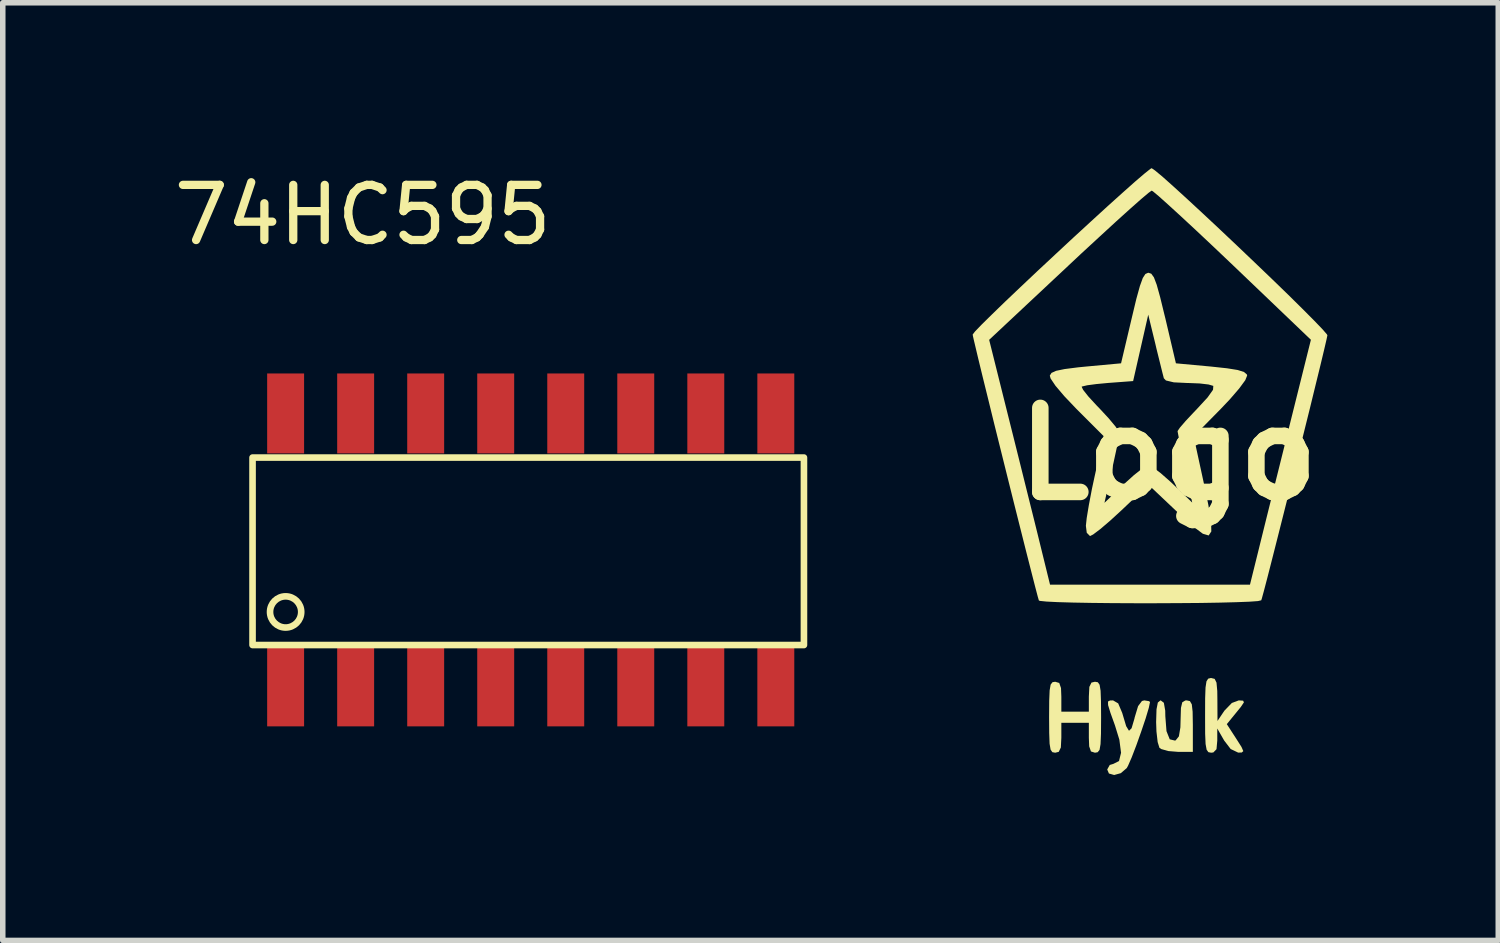
<source format=kicad_pcb>
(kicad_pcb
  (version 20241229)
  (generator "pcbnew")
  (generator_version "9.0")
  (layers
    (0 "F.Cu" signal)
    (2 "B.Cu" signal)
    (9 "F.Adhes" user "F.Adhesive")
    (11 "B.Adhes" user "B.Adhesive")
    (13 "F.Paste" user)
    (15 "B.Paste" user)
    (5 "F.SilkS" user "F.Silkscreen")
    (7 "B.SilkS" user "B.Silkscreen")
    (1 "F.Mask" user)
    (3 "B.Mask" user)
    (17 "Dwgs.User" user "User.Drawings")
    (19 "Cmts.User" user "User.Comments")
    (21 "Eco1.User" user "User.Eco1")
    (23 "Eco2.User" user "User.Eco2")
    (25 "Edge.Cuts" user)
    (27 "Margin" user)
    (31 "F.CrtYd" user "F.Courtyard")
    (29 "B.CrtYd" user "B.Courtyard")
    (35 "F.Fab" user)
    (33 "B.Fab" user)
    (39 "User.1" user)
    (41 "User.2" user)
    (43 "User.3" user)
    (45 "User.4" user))
  (footprint "74HC595"
    (layer "F.Cu")
    (at 2.13 4.448)
    (property "Reference" "74HC595" (at 1.4 -3.6 0) (unlocked yes) (layer "F.SilkS") (effects (font (size 1 1) (thickness 0.15))))
    (attr through_hole)
    (fp_rect (start -0.6 0.8) (end 9.4 4.2) (stroke (width 0.12) (type solid)) (fill no) (layer "F.SilkS"))
    (fp_circle (center 0 3.6) (end -0.2 3.8) (stroke (width 0.12) (type solid)) (fill no) (layer "F.SilkS"))
    (pad "1" smd rect (at 0 4.95) (size 0.67 1.45) (layers "F.Cu" "F.Mask" "F.Paste"))
    (pad "2" smd rect (at 1.27 4.95) (size 0.67 1.45) (layers "F.Cu" "F.Mask" "F.Paste"))
    (pad "3" smd rect (at 2.54 4.95) (size 0.67 1.45) (layers "F.Cu" "F.Mask" "F.Paste"))
    (pad "4" smd rect (at 3.81 4.95) (size 0.67 1.45) (layers "F.Cu" "F.Mask" "F.Paste"))
    (pad "5" smd rect (at 5.08 4.95) (size 0.67 1.45) (layers "F.Cu" "F.Mask" "F.Paste"))
    (pad "6" smd rect (at 6.35 4.95) (size 0.67 1.45) (layers "F.Cu" "F.Mask" "F.Paste"))
    (pad "7" smd rect (at 7.62 4.95) (size 0.67 1.45) (layers "F.Cu" "F.Mask" "F.Paste"))
    (pad "8" smd rect (at 8.89 4.95) (size 0.67 1.45) (layers "F.Cu" "F.Mask" "F.Paste"))
    (pad "9" smd rect (at 8.89 0) (size 0.67 1.45) (layers "F.Cu" "F.Mask" "F.Paste"))
    (pad "10" smd rect (at 7.62 0) (size 0.67 1.45) (layers "F.Cu" "F.Mask" "F.Paste"))
    (pad "11" smd rect (at 6.35 0) (size 0.67 1.45) (layers "F.Cu" "F.Mask" "F.Paste"))
    (pad "12" smd rect (at 5.08 0) (size 0.67 1.45) (layers "F.Cu" "F.Mask" "F.Paste"))
    (pad "13" smd rect (at 3.81 0) (size 0.67 1.45) (layers "F.Cu" "F.Mask" "F.Paste"))
    (pad "14" smd rect (at 2.54 0) (size 0.67 1.45) (layers "F.Cu" "F.Mask" "F.Paste"))
    (pad "15" smd rect (at 1.27 0) (size 0.67 1.45) (layers "F.Cu" "F.Mask" "F.Paste"))
    (pad "16" smd rect (at 0 0) (size 0.67 1.45) (layers "F.Cu" "F.Mask" "F.Paste")))
  (footprint "Logo"
    (layer "F.Cu")
    (at 18.139 5.182)
    (property "Reference" "Logo" (at 0 0 0) (layer "F.SilkS") (effects (font (size 1.524 1.524) (thickness 0.3))))
    (attr board_only exclude_from_pos_files exclude_from_bom)
    (fp_poly (pts (xy 0.391 4.483) (xy 0.425 4.542) (xy 0.44 4.675) (xy 0.444 4.912) (xy 0.444 4.937) (xy 0.444 5.403) (xy 0.171 5.403) (xy -0.000443 5.389) (xy -0.128 5.353) (xy -0.162 5.33) (xy -0.194 5.226) (xy -0.216 5.034) (xy -0.222 4.863) (xy -0.215 4.632) (xy -0.191 4.509) (xy -0.145 4.471) (xy -0.139 4.47) (xy -0.082 4.513) (xy -0.057 4.656) (xy -0.055 4.758) (xy -0.034 5.028) (xy 0.025 5.176) (xy 0.12 5.199) (xy 0.133 5.194) (xy 0.191 5.122) (xy 0.218 4.959) (xy 0.222 4.811) (xy 0.228 4.607) (xy 0.252 4.505) (xy 0.306 4.472) (xy 0.333 4.47)) (stroke (width 0) (type solid)) (fill yes) (layer "F.SilkS"))
    (fp_poly (pts (xy -0.35 4.484) (xy -0.333 4.5) (xy -0.355 4.606) (xy -0.412 4.797) (xy -0.492 5.034) (xy -0.58 5.282) (xy -0.664 5.501) (xy -0.731 5.655) (xy -0.755 5.698) (xy -0.863 5.79) (xy -0.983 5.823) (xy -1.078 5.796) (xy -1.109 5.723) (xy -1.063 5.641) (xy -0.999 5.622) (xy -0.895 5.57) (xy -0.858 5.42) (xy -0.889 5.182) (xy -0.968 4.925) (xy -1.052 4.691) (xy -1.093 4.556) (xy -1.095 4.491) (xy -1.059 4.472) (xy -1.003 4.47) (xy -0.91 4.524) (xy -0.837 4.697) (xy -0.829 4.724) (xy -0.765 4.938) (xy -0.714 5.021) (xy -0.667 4.975) (xy -0.616 4.803) (xy -0.611 4.779) (xy -0.549 4.574) (xy -0.479 4.481) (xy -0.436 4.47)) (stroke (width 0) (type solid)) (fill yes) (layer "F.SilkS"))
    (fp_poly (pts (xy 0.84 4.08) (xy 0.873 4.148) (xy 0.887 4.3) (xy 0.889 4.453) (xy 0.891 4.843) (xy 1.016 4.657) (xy 1.151 4.517) (xy 1.277 4.47) (xy 1.356 4.475) (xy 1.37 4.506) (xy 1.314 4.589) (xy 1.236 4.685) (xy 1.06 4.901) (xy 1.228 5.16) (xy 1.326 5.314) (xy 1.359 5.39) (xy 1.331 5.415) (xy 1.266 5.417) (xy 1.13 5.352) (xy 1.012 5.198) (xy 0.887 4.98) (xy 0.887 5.199) (xy 0.873 5.355) (xy 0.816 5.414) (xy 0.776 5.419) (xy 0.726 5.409) (xy 0.694 5.365) (xy 0.675 5.261) (xy 0.667 5.074) (xy 0.666 4.778) (xy 0.666 4.741) (xy 0.667 4.433) (xy 0.674 4.236) (xy 0.691 4.125) (xy 0.722 4.076) (xy 0.77 4.064) (xy 0.776 4.064)) (stroke (width 0) (type solid)) (fill yes) (layer "F.SilkS"))
    (fp_poly (pts (xy -1.279 4.141) (xy -1.247 4.187) (xy -1.229 4.295) (xy -1.222 4.488) (xy -1.22 4.775) (xy -1.222 5.074) (xy -1.23 5.263) (xy -1.248 5.367) (xy -1.282 5.41) (xy -1.331 5.419) (xy -1.404 5.396) (xy -1.436 5.304) (xy -1.442 5.148) (xy -1.442 4.877) (xy -1.941 4.877) (xy -1.941 5.148) (xy -1.95 5.325) (xy -1.988 5.403) (xy -2.052 5.419) (xy -2.104 5.409) (xy -2.136 5.363) (xy -2.154 5.256) (xy -2.161 5.062) (xy -2.163 4.775) (xy -2.161 4.476) (xy -2.153 4.287) (xy -2.135 4.184) (xy -2.101 4.14) (xy -2.052 4.132) (xy -1.979 4.154) (xy -1.947 4.246) (xy -1.941 4.403) (xy -1.941 4.674) (xy -1.442 4.674) (xy -1.442 4.403) (xy -1.433 4.225) (xy -1.395 4.147) (xy -1.331 4.132)) (stroke (width 0) (type solid)) (fill yes) (layer "F.SilkS"))
    (fp_poly (pts (xy -0.243 -5.141) (xy -0.108 -5.029) (xy 0.088 -4.854) (xy 0.334 -4.63) (xy 0.617 -4.368) (xy 0.926 -4.079) (xy 1.249 -3.774) (xy 1.573 -3.465) (xy 1.887 -3.164) (xy 2.178 -2.882) (xy 2.434 -2.629) (xy 2.643 -2.419) (xy 2.794 -2.262) (xy 2.874 -2.17) (xy 2.884 -2.152) (xy 2.868 -2.074) (xy 2.824 -1.885) (xy 2.756 -1.601) (xy 2.668 -1.242) (xy 2.566 -0.824) (xy 2.452 -0.366) (xy 2.333 0.115) (xy 2.212 0.601) (xy 2.093 1.074) (xy 1.981 1.517) (xy 1.881 1.911) (xy 1.797 2.239) (xy 1.733 2.484) (xy 1.694 2.626) (xy 1.684 2.655) (xy 1.624 2.669) (xy 1.469 2.68) (xy 1.233 2.689) (xy 0.931 2.697) (xy 0.58 2.703) (xy 0.193 2.706) (xy -0.213 2.708) (xy -0.623 2.708) (xy -1.023 2.706) (xy -1.396 2.702) (xy -1.728 2.696) (xy -2.004 2.688) (xy -2.208 2.678) (xy -2.326 2.666) (xy -2.348 2.659) (xy -2.37 2.583) (xy -2.419 2.396) (xy -2.491 2.115) (xy -2.582 1.758) (xy -2.687 1.341) (xy -2.802 0.884) (xy -2.922 0.403) (xy -3.043 -0.083) (xy -3.161 -0.557) (xy -3.27 -1.002) (xy -3.368 -1.399) (xy -3.449 -1.732) (xy -3.508 -1.981) (xy -3.529 -2.069) (xy -3.25 -2.069) (xy -2.928 -0.78) (xy -2.808 -0.301) (xy -2.68 0.212) (xy -2.555 0.715) (xy -2.443 1.164) (xy -2.375 1.439) (xy -2.146 2.371) (xy 1.48 2.371) (xy 1.627 1.778) (xy 1.685 1.543) (xy 1.769 1.204) (xy 1.872 0.79) (xy 1.988 0.327) (xy 2.109 -0.159) (xy 2.179 -0.442) (xy 2.585 -2.07) (xy 1.17 -3.423) (xy 0.826 -3.75) (xy 0.508 -4.049) (xy 0.228 -4.309) (xy -0.004 -4.521) (xy -0.176 -4.675) (xy -0.279 -4.761) (xy -0.303 -4.775) (xy -0.359 -4.735) (xy -0.493 -4.622) (xy -0.692 -4.446) (xy -0.947 -4.216) (xy -1.246 -3.941) (xy -1.58 -3.633) (xy -1.805 -3.422) (xy -3.25 -2.069) (xy -3.529 -2.069) (xy -3.543 -2.131) (xy -3.549 -2.165) (xy -3.507 -2.22) (xy -3.387 -2.345) (xy -3.202 -2.527) (xy -2.965 -2.757) (xy -2.686 -3.022) (xy -2.379 -3.312) (xy -2.054 -3.615) (xy -1.726 -3.92) (xy -1.404 -4.216) (xy -1.102 -4.492) (xy -0.831 -4.736) (xy -0.604 -4.938) (xy -0.432 -5.085) (xy -0.328 -5.168) (xy -0.303 -5.182)) (stroke (width 0) (type solid)) (fill yes) (layer "F.SilkS"))
    (fp_poly (pts (xy -0.31 -3.268) (xy -0.262 -3.202) (xy -0.211 -3.067) (xy -0.149 -2.843) (xy -0.068 -2.511) (xy -0.056 -2.464) (xy 0.137 -1.643) (xy 0.775 -1.584) (xy 1.063 -1.553) (xy 1.257 -1.522) (xy 1.371 -1.486) (xy 1.423 -1.442) (xy 1.429 -1.422) (xy 1.395 -1.337) (xy 1.285 -1.187) (xy 1.115 -0.99) (xy 0.952 -0.818) (xy 0.459 -0.317) (xy 0.637 0.502) (xy 0.725 0.924) (xy 0.775 1.223) (xy 0.779 1.406) (xy 0.731 1.479) (xy 0.626 1.448) (xy 0.457 1.322) (xy 0.217 1.105) (xy 0.132 1.025) (xy -0.361 0.559) (xy -0.853 1.025) (xy -1.057 1.212) (xy -1.234 1.363) (xy -1.364 1.461) (xy -1.421 1.49) (xy -1.48 1.43) (xy -1.496 1.304) (xy -1.481 1.163) (xy -1.442 0.928) (xy -1.386 0.634) (xy -1.335 0.397) (xy -1.175 -0.324) (xy -1.671 -0.82) (xy -1.887 -1.047) (xy -2.032 -1.218) (xy -1.573 -1.218) (xy -1.546 -1.162) (xy -1.452 -1.043) (xy -1.306 -0.884) (xy -1.244 -0.82) (xy -1.081 -0.644) (xy -0.957 -0.495) (xy -0.893 -0.398) (xy -0.888 -0.381) (xy -0.902 -0.285) (xy -0.94 -0.093) (xy -0.995 0.161) (xy -1.024 0.291) (xy -1.159 0.887) (xy -0.802 0.545) (xy -0.626 0.386) (xy -0.475 0.266) (xy -0.375 0.206) (xy -0.36 0.203) (xy -0.279 0.243) (xy -0.139 0.349) (xy 0.033 0.5) (xy 0.079 0.543) (xy 0.432 0.882) (xy 0.3 0.255) (xy 0.243 -0.02) (xy 0.199 -0.243) (xy 0.172 -0.383) (xy 0.167 -0.414) (xy 0.207 -0.474) (xy 0.312 -0.596) (xy 0.464 -0.758) (xy 0.523 -0.82) (xy 0.712 -1.025) (xy 0.81 -1.163) (xy 0.815 -1.233) (xy 0.814 -1.234) (xy 0.729 -1.259) (xy 0.567 -1.278) (xy 0.362 -1.286) (xy 0.345 -1.286) (xy 0.098 -1.298) (xy -0.044 -1.332) (xy -0.082 -1.372) (xy -0.108 -1.473) (xy -0.156 -1.667) (xy -0.218 -1.917) (xy -0.235 -1.991) (xy -0.365 -2.525) (xy -0.639 -1.321) (xy -1.092 -1.287) (xy -1.304 -1.267) (xy -1.471 -1.245) (xy -1.564 -1.223) (xy -1.573 -1.218) (xy -2.032 -1.218) (xy -2.046 -1.234) (xy -2.136 -1.368) (xy -2.15 -1.42) (xy -2.12 -1.469) (xy -2.036 -1.507) (xy -1.881 -1.539) (xy -1.638 -1.57) (xy -1.496 -1.584) (xy -0.858 -1.643) (xy -0.664 -2.464) (xy -0.581 -2.811) (xy -0.516 -3.046) (xy -0.464 -3.19) (xy -0.417 -3.263) (xy -0.367 -3.285) (xy -0.36 -3.285)) (stroke (width 0) (type solid)) (fill yes) (layer "F.SilkS")))
  (gr_rect
    (start -3 -3)
    (end 24.122 14.005)
    (stroke (width 0.1) (type default))
    (fill no)
    (layer "Edge.Cuts")))
</source>
